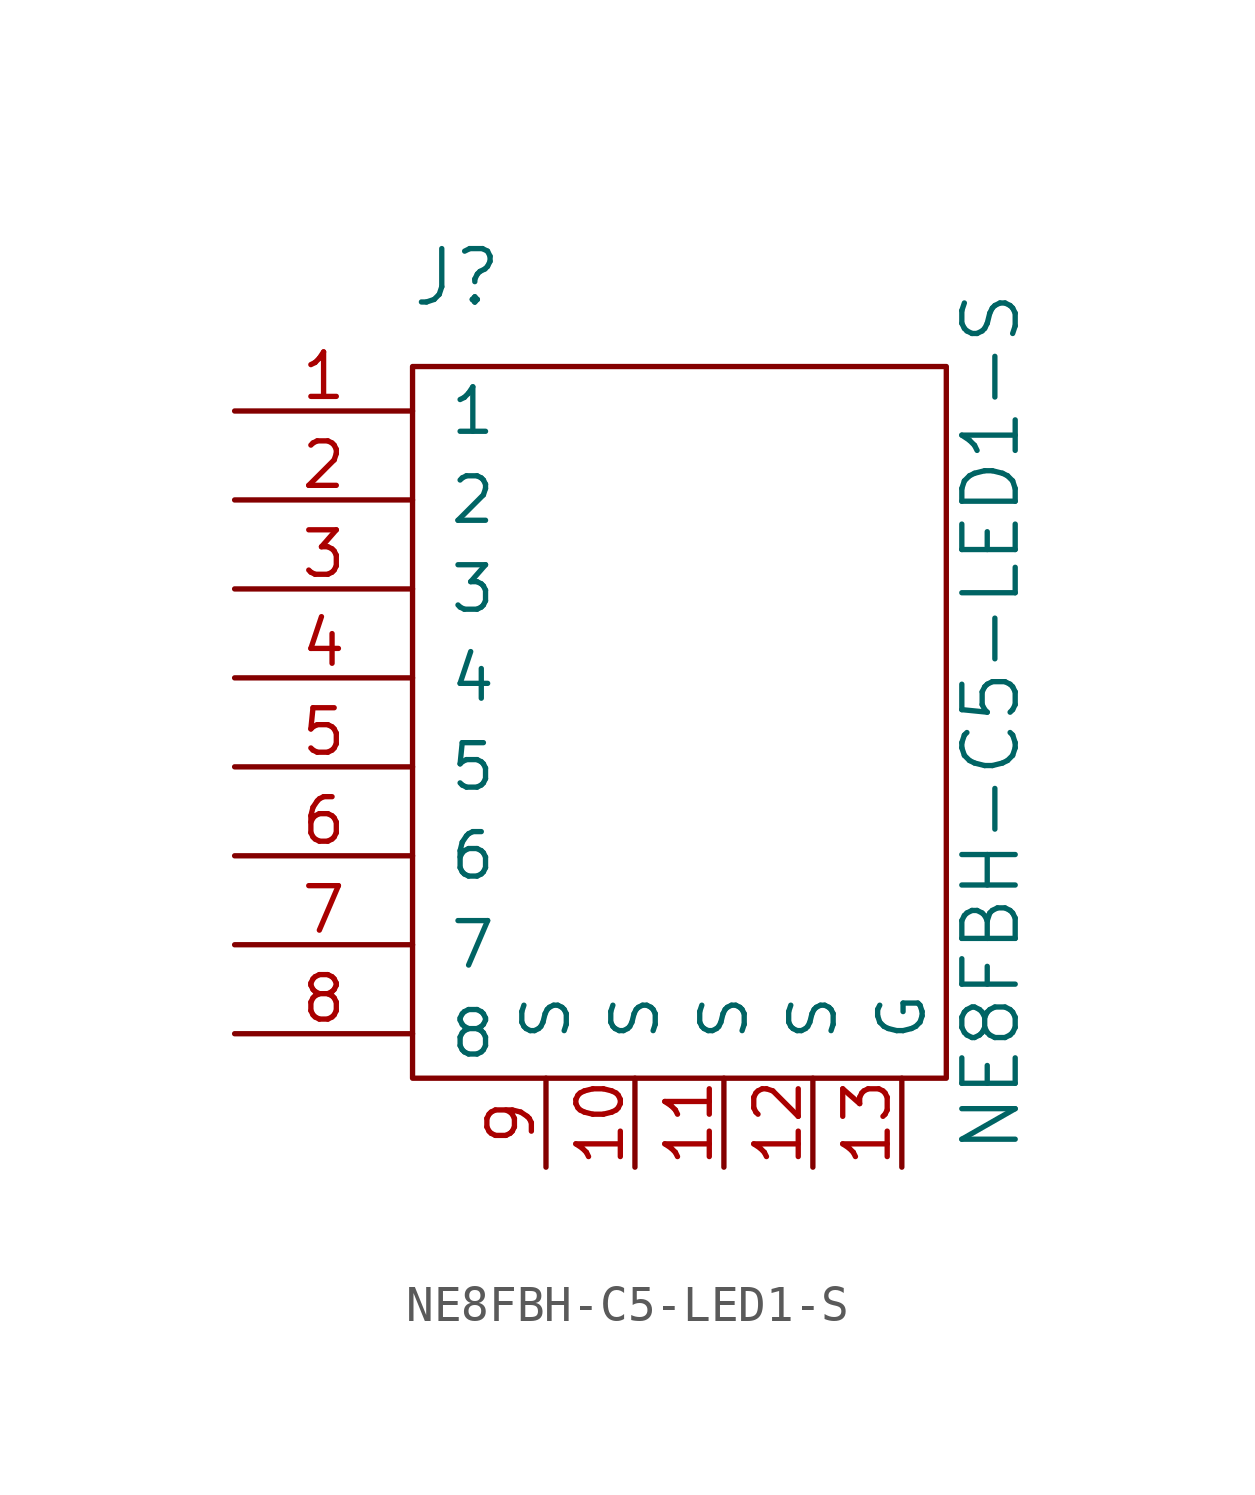
<source format=kicad_sym>
(kicad_symbol_lib
  (version 20241209)
  (generator "kicad_symbol_editor")
  (generator_version "9.0")
  (symbol "NE8FBH-C5-LED1-S"
    (pin_names
      (offset 1.016))
    (property "Reference" "J"
      (at -6.35 11.43 0)
      (effects (font (size 1.524 1.524))))
    (property "Value" "NE8FBH-C5-LED1-S"
      (at 8.89 -1.27 90)
      (effects (font (size 1.524 1.524))))
    (symbol "NE8FBH-C5-LED1-S_0_1"
      (rectangle (start -7.62 8.89) (end 7.62 -11.43) (stroke (width 0) (type solid)) (fill (type none))))
    (symbol "NE8FBH-C5-LED1-S_1_1"
      (pin bidirectional line (at -12.7 7.62 0) (length 5.08) (name "1" (effects (font (size 1.27 1.27)))) (number "1" (effects (font (size 1.27 1.27)))))
      (pin bidirectional line (at -12.7 5.08 0) (length 5.08) (name "2" (effects (font (size 1.27 1.27)))) (number "2" (effects (font (size 1.27 1.27)))))
      (pin bidirectional line (at -12.7 2.54 0) (length 5.08) (name "3" (effects (font (size 1.27 1.27)))) (number "3" (effects (font (size 1.27 1.27)))))
      (pin bidirectional line (at -12.7 0 0) (length 5.08) (name "4" (effects (font (size 1.27 1.27)))) (number "4" (effects (font (size 1.27 1.27)))))
      (pin bidirectional line (at -12.7 -2.54 0) (length 5.08) (name "5" (effects (font (size 1.27 1.27)))) (number "5" (effects (font (size 1.27 1.27)))))
      (pin bidirectional line (at -12.7 -5.08 0) (length 5.08) (name "6" (effects (font (size 1.27 1.27)))) (number "6" (effects (font (size 1.27 1.27)))))
      (pin bidirectional line (at -12.7 -7.62 0) (length 5.08) (name "7" (effects (font (size 1.27 1.27)))) (number "7" (effects (font (size 1.27 1.27)))))
      (pin bidirectional line (at -12.7 -10.16 0) (length 5.08) (name "8" (effects (font (size 1.27 1.27)))) (number "8" (effects (font (size 1.27 1.27)))))
      (pin bidirectional line (at -3.81 -13.97 90) (length 2.54) (name "S" (effects (font (size 1.27 1.27)))) (number "9" (effects (font (size 1.27 1.27)))))
      (pin bidirectional line (at -1.27 -13.97 90) (length 2.54) (name "S" (effects (font (size 1.27 1.27)))) (number "10" (effects (font (size 1.27 1.27)))))
      (pin bidirectional line (at 1.27 -13.97 90) (length 2.54) (name "S" (effects (font (size 1.27 1.27)))) (number "11" (effects (font (size 1.27 1.27)))))
      (pin bidirectional line (at 3.81 -13.97 90) (length 2.54) (name "S" (effects (font (size 1.27 1.27)))) (number "12" (effects (font (size 1.27 1.27)))))
      (pin bidirectional line (at 6.35 -13.97 90) (length 2.54) (name "G" (effects (font (size 1.27 1.27)))) (number "13" (effects (font (size 1.27 1.27))))))))
</source>
